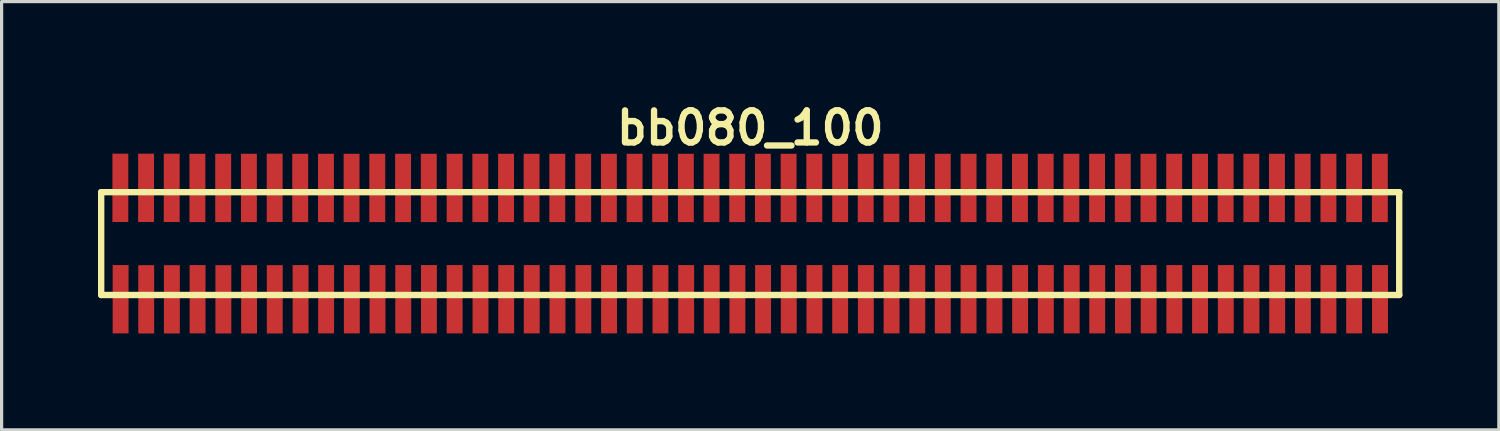
<source format=kicad_pcb>
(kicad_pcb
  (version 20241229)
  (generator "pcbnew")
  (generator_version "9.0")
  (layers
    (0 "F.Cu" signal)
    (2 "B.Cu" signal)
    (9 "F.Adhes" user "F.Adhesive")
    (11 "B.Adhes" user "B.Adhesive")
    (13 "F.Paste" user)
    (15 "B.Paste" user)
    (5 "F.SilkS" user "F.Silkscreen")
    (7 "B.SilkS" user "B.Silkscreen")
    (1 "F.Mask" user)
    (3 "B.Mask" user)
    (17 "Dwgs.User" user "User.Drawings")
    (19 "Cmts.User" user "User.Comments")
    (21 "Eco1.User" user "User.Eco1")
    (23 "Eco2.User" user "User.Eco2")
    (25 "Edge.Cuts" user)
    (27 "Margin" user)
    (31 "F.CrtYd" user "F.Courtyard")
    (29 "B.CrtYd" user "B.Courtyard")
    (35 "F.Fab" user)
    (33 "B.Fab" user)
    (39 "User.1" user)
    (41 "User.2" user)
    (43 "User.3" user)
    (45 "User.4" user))
  (footprint "bb080_100"
    (layer "F.Cu")
    (at 20.3 4.531)
    (property "Reference" "bb080_100" (at 0 -3.599 0) (layer "F.SilkS") (effects (font (size 0.998 0.998) (thickness 0.198))))
    (attr smd)
    (fp_line (start -20.201 -1.6) (end -20.201 1.6) (stroke (width 0.198) (type solid)) (layer "F.SilkS"))
    (fp_line (start -20.201 -1.6) (end 20.201 -1.6) (stroke (width 0.198) (type solid)) (layer "F.SilkS"))
    (fp_line (start 20.198 1.6) (end 20.198 -1.6) (stroke (width 0.198) (type solid)) (layer "F.SilkS"))
    (fp_line (start 20.201 1.6) (end -20.201 1.6) (stroke (width 0.198) (type solid)) (layer "F.SilkS"))
    (pad "1" smd rect (at -19.596 1.732) (size 0.495 2.126) (layers "F.Cu" "F.Mask" "F.Paste"))
    (pad "2" smd rect (at -19.604 -1.735) (size 0.495 2.126) (layers "F.Cu" "F.Mask" "F.Paste"))
    (pad "3" smd rect (at -18.799 1.735) (size 0.495 2.126) (layers "F.Cu" "F.Mask" "F.Paste"))
    (pad "4" smd rect (at -18.804 -1.735) (size 0.495 2.126) (layers "F.Cu" "F.Mask" "F.Paste"))
    (pad "5" smd rect (at -18.001 1.735) (size 0.495 2.126) (layers "F.Cu" "F.Mask" "F.Paste"))
    (pad "6" smd rect (at -18.006 -1.735) (size 0.495 2.126) (layers "F.Cu" "F.Mask" "F.Paste"))
    (pad "7" smd rect (at -17.201 1.732) (size 0.495 2.126) (layers "F.Cu" "F.Mask" "F.Paste"))
    (pad "8" smd rect (at -17.206 -1.732) (size 0.495 2.126) (layers "F.Cu" "F.Mask" "F.Paste"))
    (pad "9" smd rect (at -16.398 1.735) (size 0.495 2.126) (layers "F.Cu" "F.Mask" "F.Paste"))
    (pad "10" smd rect (at -16.403 -1.732) (size 0.495 2.126) (layers "F.Cu" "F.Mask" "F.Paste"))
    (pad "11" smd rect (at -15.598 1.735) (size 0.495 2.126) (layers "F.Cu" "F.Mask" "F.Paste"))
    (pad "12" smd rect (at -15.603 -1.732) (size 0.495 2.126) (layers "F.Cu" "F.Mask" "F.Paste"))
    (pad "13" smd rect (at -14.798 1.735) (size 0.495 2.126) (layers "F.Cu" "F.Mask" "F.Paste"))
    (pad "14" smd rect (at -14.801 -1.735) (size 0.495 2.126) (layers "F.Cu" "F.Mask" "F.Paste"))
    (pad "15" smd rect (at -13.995 1.732) (size 0.495 2.126) (layers "F.Cu" "F.Mask" "F.Paste"))
    (pad "16" smd rect (at -14.006 -1.732) (size 0.495 2.126) (layers "F.Cu" "F.Mask" "F.Paste"))
    (pad "17" smd rect (at -13.2 1.732) (size 0.495 2.126) (layers "F.Cu" "F.Mask" "F.Paste"))
    (pad "18" smd rect (at -13.205 -1.732) (size 0.495 2.126) (layers "F.Cu" "F.Mask" "F.Paste"))
    (pad "19" smd rect (at -12.4 1.732) (size 0.495 2.126) (layers "F.Cu" "F.Mask" "F.Paste"))
    (pad "20" smd rect (at -12.408 -1.732) (size 0.495 2.126) (layers "F.Cu" "F.Mask" "F.Paste"))
    (pad "21" smd rect (at -11.6 1.732) (size 0.495 2.126) (layers "F.Cu" "F.Mask" "F.Paste"))
    (pad "22" smd rect (at -11.608 -1.732) (size 0.495 2.126) (layers "F.Cu" "F.Mask" "F.Paste"))
    (pad "23" smd rect (at -10.8 1.732) (size 0.495 2.126) (layers "F.Cu" "F.Mask" "F.Paste"))
    (pad "24" smd rect (at -10.805 -1.732) (size 0.495 2.126) (layers "F.Cu" "F.Mask" "F.Paste"))
    (pad "25" smd rect (at -10 1.732) (size 0.495 2.126) (layers "F.Cu" "F.Mask" "F.Paste"))
    (pad "26" smd rect (at -10.005 -1.732) (size 0.495 2.126) (layers "F.Cu" "F.Mask" "F.Paste"))
    (pad "27" smd rect (at -9.2 1.732) (size 0.495 2.126) (layers "F.Cu" "F.Mask" "F.Paste"))
    (pad "28" smd rect (at -9.2 -1.732) (size 0.495 2.126) (layers "F.Cu" "F.Mask" "F.Paste"))
    (pad "29" smd rect (at -8.395 1.732) (size 0.495 2.126) (layers "F.Cu" "F.Mask" "F.Paste"))
    (pad "30" smd rect (at -8.4 -1.732) (size 0.495 2.126) (layers "F.Cu" "F.Mask" "F.Paste"))
    (pad "31" smd rect (at -7.595 1.732) (size 0.495 2.126) (layers "F.Cu" "F.Mask" "F.Paste"))
    (pad "32" smd rect (at -7.6 -1.732) (size 0.495 2.126) (layers "F.Cu" "F.Mask" "F.Paste"))
    (pad "33" smd rect (at -6.8 1.732) (size 0.495 2.126) (layers "F.Cu" "F.Mask" "F.Paste"))
    (pad "34" smd rect (at -6.805 -1.732) (size 0.495 2.126) (layers "F.Cu" "F.Mask" "F.Paste"))
    (pad "35" smd rect (at -5.999 1.732) (size 0.495 2.126) (layers "F.Cu" "F.Mask" "F.Paste"))
    (pad "36" smd rect (at -6.005 -1.732) (size 0.495 2.126) (layers "F.Cu" "F.Mask" "F.Paste"))
    (pad "37" smd rect (at -5.194 1.732) (size 0.495 2.126) (layers "F.Cu" "F.Mask" "F.Paste"))
    (pad "38" smd rect (at -5.199 -1.732) (size 0.495 2.126) (layers "F.Cu" "F.Mask" "F.Paste"))
    (pad "39" smd rect (at -4.394 1.732) (size 0.495 2.126) (layers "F.Cu" "F.Mask" "F.Paste"))
    (pad "40" smd rect (at -4.399 -1.732) (size 0.495 2.126) (layers "F.Cu" "F.Mask" "F.Paste"))
    (pad "41" smd rect (at -3.594 1.732) (size 0.495 2.126) (layers "F.Cu" "F.Mask" "F.Paste"))
    (pad "42" smd rect (at -3.599 -1.732) (size 0.495 2.126) (layers "F.Cu" "F.Mask" "F.Paste"))
    (pad "43" smd rect (at -2.794 1.732) (size 0.495 2.126) (layers "F.Cu" "F.Mask" "F.Paste"))
    (pad "44" smd rect (at -2.804 -1.732) (size 0.495 2.126) (layers "F.Cu" "F.Mask" "F.Paste"))
    (pad "45" smd rect (at -1.994 1.732) (size 0.495 2.126) (layers "F.Cu" "F.Mask" "F.Paste"))
    (pad "46" smd rect (at -2.004 -1.732) (size 0.495 2.126) (layers "F.Cu" "F.Mask" "F.Paste"))
    (pad "47" smd rect (at -1.199 1.732) (size 0.495 2.126) (layers "F.Cu" "F.Mask" "F.Paste"))
    (pad "48" smd rect (at -1.204 -1.732) (size 0.495 2.126) (layers "F.Cu" "F.Mask" "F.Paste"))
    (pad "49" smd rect (at -0.399 1.732) (size 0.495 2.126) (layers "F.Cu" "F.Mask" "F.Paste"))
    (pad "50" smd rect (at -0.406 -1.732) (size 0.495 2.126) (layers "F.Cu" "F.Mask" "F.Paste"))
    (pad "51" smd rect (at 0.399 1.732) (size 0.495 2.126) (layers "F.Cu" "F.Mask" "F.Paste"))
    (pad "52" smd rect (at 0.394 -1.732) (size 0.495 2.126) (layers "F.Cu" "F.Mask" "F.Paste"))
    (pad "53" smd rect (at 1.199 1.732) (size 0.495 2.126) (layers "F.Cu" "F.Mask" "F.Paste"))
    (pad "54" smd rect (at 1.194 -1.732) (size 0.495 2.126) (layers "F.Cu" "F.Mask" "F.Paste"))
    (pad "55" smd rect (at 1.999 1.732) (size 0.495 2.126) (layers "F.Cu" "F.Mask" "F.Paste"))
    (pad "56" smd rect (at 1.994 -1.732) (size 0.495 2.126) (layers "F.Cu" "F.Mask" "F.Paste"))
    (pad "57" smd rect (at 2.799 1.732) (size 0.495 2.126) (layers "F.Cu" "F.Mask" "F.Paste"))
    (pad "58" smd rect (at 2.799 -1.732) (size 0.495 2.126) (layers "F.Cu" "F.Mask" "F.Paste"))
    (pad "59" smd rect (at 3.599 1.732) (size 0.495 2.126) (layers "F.Cu" "F.Mask" "F.Paste"))
    (pad "60" smd rect (at 3.594 -1.732) (size 0.495 2.126) (layers "F.Cu" "F.Mask" "F.Paste"))
    (pad "61" smd rect (at 4.399 1.732) (size 0.495 2.126) (layers "F.Cu" "F.Mask" "F.Paste"))
    (pad "62" smd rect (at 4.394 -1.732) (size 0.495 2.126) (layers "F.Cu" "F.Mask" "F.Paste"))
    (pad "63" smd rect (at 5.199 1.732) (size 0.495 2.126) (layers "F.Cu" "F.Mask" "F.Paste"))
    (pad "64" smd rect (at 5.192 -1.732) (size 0.495 2.126) (layers "F.Cu" "F.Mask" "F.Paste"))
    (pad "65" smd rect (at 5.994 1.732) (size 0.495 2.126) (layers "F.Cu" "F.Mask" "F.Paste"))
    (pad "66" smd rect (at 5.992 -1.732) (size 0.495 2.126) (layers "F.Cu" "F.Mask" "F.Paste"))
    (pad "67" smd rect (at 6.795 1.732) (size 0.495 2.126) (layers "F.Cu" "F.Mask" "F.Paste"))
    (pad "68" smd rect (at 6.795 -1.732) (size 0.495 2.126) (layers "F.Cu" "F.Mask" "F.Paste"))
    (pad "69" smd rect (at 7.6 1.732) (size 0.495 2.126) (layers "F.Cu" "F.Mask" "F.Paste"))
    (pad "70" smd rect (at 7.595 -1.732) (size 0.495 2.126) (layers "F.Cu" "F.Mask" "F.Paste"))
    (pad "71" smd rect (at 8.4 1.732) (size 0.495 2.126) (layers "F.Cu" "F.Mask" "F.Paste"))
    (pad "72" smd rect (at 8.395 -1.732) (size 0.495 2.126) (layers "F.Cu" "F.Mask" "F.Paste"))
    (pad "73" smd rect (at 9.2 1.732) (size 0.495 2.126) (layers "F.Cu" "F.Mask" "F.Paste"))
    (pad "74" smd rect (at 9.195 -1.732) (size 0.495 2.126) (layers "F.Cu" "F.Mask" "F.Paste"))
    (pad "75" smd rect (at 10.005 1.732) (size 0.495 2.126) (layers "F.Cu" "F.Mask" "F.Paste"))
    (pad "76" smd rect (at 9.995 -1.732) (size 0.495 2.126) (layers "F.Cu" "F.Mask" "F.Paste"))
    (pad "77" smd rect (at 10.8 1.732) (size 0.495 2.126) (layers "F.Cu" "F.Mask" "F.Paste"))
    (pad "78" smd rect (at 10.795 -1.732) (size 0.495 2.126) (layers "F.Cu" "F.Mask" "F.Paste"))
    (pad "79" smd rect (at 11.6 1.732) (size 0.495 2.126) (layers "F.Cu" "F.Mask" "F.Paste"))
    (pad "80" smd rect (at 11.595 -1.732) (size 0.495 2.126) (layers "F.Cu" "F.Mask" "F.Paste"))
    (pad "81" smd rect (at 12.4 1.732) (size 0.495 2.126) (layers "F.Cu" "F.Mask" "F.Paste"))
    (pad "82" smd rect (at 12.395 -1.732) (size 0.495 2.126) (layers "F.Cu" "F.Mask" "F.Paste"))
    (pad "83" smd rect (at 13.2 1.732) (size 0.495 2.126) (layers "F.Cu" "F.Mask" "F.Paste"))
    (pad "84" smd rect (at 13.195 -1.732) (size 0.495 2.126) (layers "F.Cu" "F.Mask" "F.Paste"))
    (pad "85" smd rect (at 14 1.732) (size 0.495 2.126) (layers "F.Cu" "F.Mask" "F.Paste"))
    (pad "86" smd rect (at 14 -1.732) (size 0.495 2.126) (layers "F.Cu" "F.Mask" "F.Paste"))
    (pad "87" smd rect (at 14.801 1.732) (size 0.495 2.126) (layers "F.Cu" "F.Mask" "F.Paste"))
    (pad "88" smd rect (at 14.796 -1.732) (size 0.495 2.126) (layers "F.Cu" "F.Mask" "F.Paste"))
    (pad "89" smd rect (at 15.601 1.732) (size 0.495 2.126) (layers "F.Cu" "F.Mask" "F.Paste"))
    (pad "90" smd rect (at 15.596 -1.732) (size 0.495 2.126) (layers "F.Cu" "F.Mask" "F.Paste"))
    (pad "91" smd rect (at 16.401 1.732) (size 0.495 2.126) (layers "F.Cu" "F.Mask" "F.Paste"))
    (pad "92" smd rect (at 16.393 -1.732) (size 0.495 2.126) (layers "F.Cu" "F.Mask" "F.Paste"))
    (pad "93" smd rect (at 17.201 1.732) (size 0.495 2.126) (layers "F.Cu" "F.Mask" "F.Paste"))
    (pad "94" smd rect (at 17.193 -1.732) (size 0.495 2.126) (layers "F.Cu" "F.Mask" "F.Paste"))
    (pad "95" smd rect (at 17.996 1.732) (size 0.495 2.126) (layers "F.Cu" "F.Mask" "F.Paste"))
    (pad "96" smd rect (at 17.996 -1.732) (size 0.495 2.126) (layers "F.Cu" "F.Mask" "F.Paste"))
    (pad "97" smd rect (at 18.796 1.732) (size 0.495 2.126) (layers "F.Cu" "F.Mask" "F.Paste"))
    (pad "98" smd rect (at 18.796 -1.732) (size 0.495 2.126) (layers "F.Cu" "F.Mask" "F.Paste"))
    (pad "99" smd rect (at 19.601 1.732) (size 0.495 2.126) (layers "F.Cu" "F.Mask" "F.Paste"))
    (pad "100" smd rect (at 19.596 -1.732) (size 0.495 2.126) (layers "F.Cu" "F.Mask" "F.Paste")))
  (gr_rect
    (start -3 -3)
    (end 43.599 10.329)
    (stroke (width 0.1) (type default))
    (fill no)
    (layer "Edge.Cuts")))
</source>
